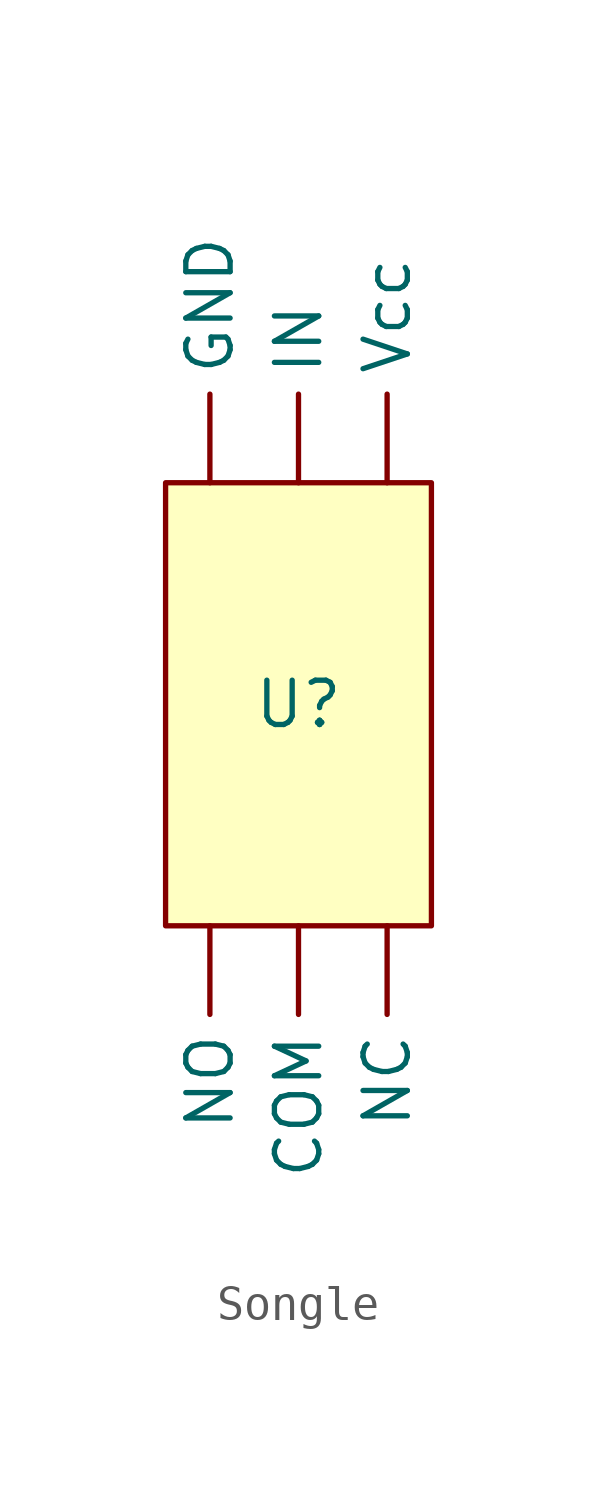
<source format=kicad_sym>
(kicad_symbol_lib
  (version 20231120)
  (generator "kicad_symbol_editor")
  (generator_version "8.0")
  (symbol "Songle"
    (property "Reference" "U"
      (at 0 0 0)
      (effects (font (size 1.27 1.27))))
    (property "Value" ""
      (at 0 0 0)
      (effects (font (size 1.27 1.27))))
    (symbol "Songle_1_1"
      (polyline (pts (xy 0 6.35) (xy -3.81 6.35) (xy -3.81 -6.35) (xy 3.81 -6.35) (xy 3.81 6.35) (xy 0 6.35)) (stroke (width 0) (type default)) (fill (type background)))
      (pin input line (at 0 -6.35 270) (length 2.54) (name "COM" (effects (font (size 1.27 1.27)))) (number "" (effects (font (size 1.27 1.27)))))
      (pin input line (at -2.54 6.35 90) (length 2.54) (name "GND" (effects (font (size 1.27 1.27)))) (number "" (effects (font (size 1.27 1.27)))))
      (pin input line (at 0 6.35 90) (length 2.54) (name "IN" (effects (font (size 1.27 1.27)))) (number "" (effects (font (size 1.27 1.27)))))
      (pin input line (at 2.54 -6.35 270) (length 2.54) (name "NC" (effects (font (size 1.27 1.27)))) (number "" (effects (font (size 1.27 1.27)))))
      (pin input line (at -2.54 -6.35 270) (length 2.54) (name "NO" (effects (font (size 1.27 1.27)))) (number "" (effects (font (size 1.27 1.27)))))
      (pin input line (at 2.54 6.35 90) (length 2.54) (name "Vcc" (effects (font (size 1.27 1.27)))) (number "" (effects (font (size 1.27 1.27))))))))
</source>
